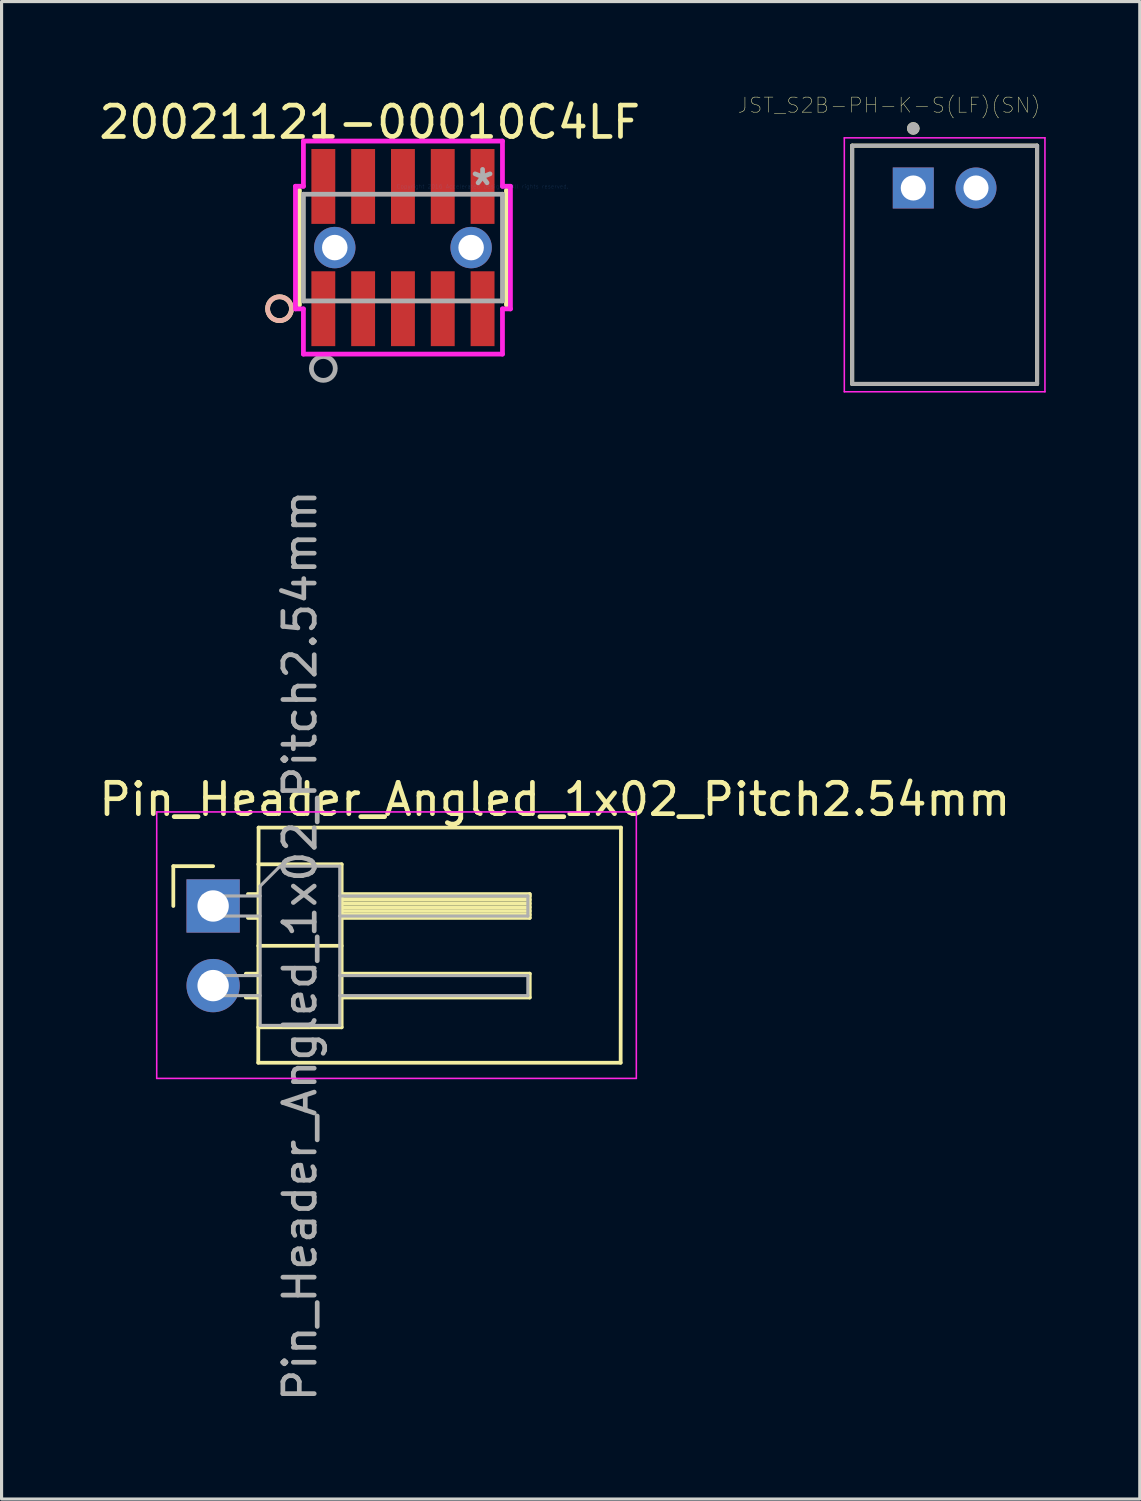
<source format=kicad_pcb>
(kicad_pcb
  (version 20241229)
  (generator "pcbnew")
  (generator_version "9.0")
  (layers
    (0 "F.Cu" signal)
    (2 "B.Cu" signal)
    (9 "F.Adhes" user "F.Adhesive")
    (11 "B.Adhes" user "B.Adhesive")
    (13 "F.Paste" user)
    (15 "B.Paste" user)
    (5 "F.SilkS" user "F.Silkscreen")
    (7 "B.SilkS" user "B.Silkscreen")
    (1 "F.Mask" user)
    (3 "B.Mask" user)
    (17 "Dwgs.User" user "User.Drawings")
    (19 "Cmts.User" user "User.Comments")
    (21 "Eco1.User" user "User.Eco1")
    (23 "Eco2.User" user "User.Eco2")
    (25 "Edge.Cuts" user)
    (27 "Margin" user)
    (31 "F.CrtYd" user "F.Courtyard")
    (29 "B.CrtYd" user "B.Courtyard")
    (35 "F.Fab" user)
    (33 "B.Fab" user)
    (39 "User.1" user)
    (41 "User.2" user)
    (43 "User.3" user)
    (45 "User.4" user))
  (footprint "JST_S2B-PH-K-S(LF)(SN)"
    (layer "F.Cu")
    (at 27.084 2.947)
    (property "Reference" "JST_S2B-PH-K-S(LF)(SN)" (at -1.776 -2.64 0) (layer "F.SilkS") (effects (font (size 0.48 0.48) (thickness 0.015))))
    (attr through_hole)
    (fp_line (start -2.95 -1.35) (end 2.95 -1.35) (stroke (width 0.127) (type solid)) (layer "F.SilkS"))
    (fp_line (start -2.95 6.25) (end -2.95 -1.35) (stroke (width 0.127) (type solid)) (layer "F.SilkS"))
    (fp_line (start 2.95 -1.35) (end 2.95 6.25) (stroke (width 0.127) (type solid)) (layer "F.SilkS"))
    (fp_line (start 2.95 6.25) (end -2.95 6.25) (stroke (width 0.127) (type solid)) (layer "F.SilkS"))
    (fp_circle (center -1 -1.9) (end -0.9 -1.9) (stroke (width 0.2) (type solid)) (fill no) (layer "F.SilkS"))
    (fp_line (start -3.2 -1.6) (end 3.2 -1.6) (stroke (width 0.05) (type solid)) (layer "F.CrtYd"))
    (fp_line (start -3.2 6.5) (end -3.2 -1.6) (stroke (width 0.05) (type solid)) (layer "F.CrtYd"))
    (fp_line (start 3.2 -1.6) (end 3.2 6.5) (stroke (width 0.05) (type solid)) (layer "F.CrtYd"))
    (fp_line (start 3.2 6.5) (end -3.2 6.5) (stroke (width 0.05) (type solid)) (layer "F.CrtYd"))
    (fp_line (start -2.95 -1.35) (end 2.95 -1.35) (stroke (width 0.127) (type solid)) (layer "F.Fab"))
    (fp_line (start -2.95 6.25) (end -2.95 -1.35) (stroke (width 0.127) (type solid)) (layer "F.Fab"))
    (fp_line (start 2.95 -1.35) (end 2.95 6.25) (stroke (width 0.127) (type solid)) (layer "F.Fab"))
    (fp_line (start 2.95 6.25) (end -2.95 6.25) (stroke (width 0.127) (type solid)) (layer "F.Fab"))
    (fp_circle (center -1 -1.9) (end -0.9 -1.9) (stroke (width 0.2) (type solid)) (fill no) (layer "F.Fab"))
    (pad "1" thru_hole rect (at -1 0) (size 1.308 1.308) (drill 0.8) (layers "*.Cu" "*.Mask"))
    (pad "2" thru_hole circle (at 1 0) (size 1.308 1.308) (drill 0.8) (layers "*.Cu" "*.Mask")))
  (footprint "20021121-00010C4LF"
    (layer "F.Cu")
    (at 12.344 2.898)
    (property "Reference" "20021121-00010C4LF" (at -3.6 -2.05 0) (layer "F.SilkS") (effects (font (size 1 1) (thickness 0.15))))
    (attr through_hole)
    (fp_line (start -5.842 0.121) (end -5.842 3.779) (stroke (width 0.152) (type solid)) (layer "F.SilkS"))
    (fp_line (start 0.762 3.779) (end 0.762 0.121) (stroke (width 0.152) (type solid)) (layer "F.SilkS"))
    (fp_circle (center -6.477 3.9) (end -6.096 3.9) (stroke (width 0.152) (type solid)) (fill no) (layer "F.SilkS"))
    (fp_circle (center -6.477 3.9) (end -6.096 3.9) (stroke (width 0.152) (type solid)) (fill no) (layer "B.SilkS"))
    (fp_line (start -5.969 -0.006) (end -5.969 3.906) (stroke (width 0.152) (type solid)) (layer "F.CrtYd"))
    (fp_line (start -5.969 3.906) (end -5.715 3.906) (stroke (width 0.152) (type solid)) (layer "F.CrtYd"))
    (fp_line (start -5.715 -1.448) (end -5.715 -0.006) (stroke (width 0.152) (type solid)) (layer "F.CrtYd"))
    (fp_line (start -5.715 -0.006) (end -5.969 -0.006) (stroke (width 0.152) (type solid)) (layer "F.CrtYd"))
    (fp_line (start -5.715 3.906) (end -5.715 5.348) (stroke (width 0.152) (type solid)) (layer "F.CrtYd"))
    (fp_line (start -5.715 5.348) (end 0.635 5.348) (stroke (width 0.152) (type solid)) (layer "F.CrtYd"))
    (fp_line (start 0.635 -1.448) (end -5.715 -1.448) (stroke (width 0.152) (type solid)) (layer "F.CrtYd"))
    (fp_line (start 0.635 -0.006) (end 0.635 -1.448) (stroke (width 0.152) (type solid)) (layer "F.CrtYd"))
    (fp_line (start 0.635 3.906) (end 0.889 3.906) (stroke (width 0.152) (type solid)) (layer "F.CrtYd"))
    (fp_line (start 0.635 5.348) (end 0.635 3.906) (stroke (width 0.152) (type solid)) (layer "F.CrtYd"))
    (fp_line (start 0.889 -0.006) (end 0.635 -0.006) (stroke (width 0.152) (type solid)) (layer "F.CrtYd"))
    (fp_line (start 0.889 3.906) (end 0.889 -0.006) (stroke (width 0.152) (type solid)) (layer "F.CrtYd"))
    (fp_line (start -5.715 0.248) (end -5.715 3.652) (stroke (width 0.152) (type solid)) (layer "F.Fab"))
    (fp_line (start -5.715 3.652) (end 0.635 3.652) (stroke (width 0.152) (type solid)) (layer "F.Fab"))
    (fp_line (start 0.635 0.248) (end -5.715 0.248) (stroke (width 0.152) (type solid)) (layer "F.Fab"))
    (fp_line (start 0.635 3.652) (end 0.635 0.248) (stroke (width 0.152) (type solid)) (layer "F.Fab"))
    (fp_circle (center -5.08 5.805) (end -4.699 5.805) (stroke (width 0.152) (type solid)) (fill no) (layer "F.Fab"))
    (fp_text user "Copyright 2016 Accelerated Designs. All rights reserved." (at 0 0 0) (layer "Cmts.User") (effects (font (size 0.127 0.127) (thickness 0.002))))
    (fp_text user "*" (at 0 0 0) (layer "F.Fab") (effects (font (size 1 1) (thickness 0.15))))
    (pad "1" smd rect (at -5.08 3.9) (size 0.762 2.388) (layers "F.Cu" "F.Mask" "F.Paste"))
    (pad "2" smd rect (at -5.08 -0.000001) (size 0.762 2.388) (layers "F.Cu" "F.Mask" "F.Paste"))
    (pad "3" smd rect (at -3.81 3.9) (size 0.762 2.388) (layers "F.Cu" "F.Mask" "F.Paste"))
    (pad "4" smd rect (at -3.81 -0.000001) (size 0.762 2.388) (layers "F.Cu" "F.Mask" "F.Paste"))
    (pad "5" smd rect (at -2.54 3.9) (size 0.762 2.388) (layers "F.Cu" "F.Mask" "F.Paste"))
    (pad "6" smd rect (at -2.54 -0.000001) (size 0.762 2.388) (layers "F.Cu" "F.Mask" "F.Paste"))
    (pad "7" smd rect (at -1.27 3.9) (size 0.762 2.388) (layers "F.Cu" "F.Mask" "F.Paste"))
    (pad "8" smd rect (at -1.27 -0.000001) (size 0.762 2.388) (layers "F.Cu" "F.Mask" "F.Paste"))
    (pad "9" smd rect (at 0 3.9) (size 0.762 2.388) (layers "F.Cu" "F.Mask" "F.Paste"))
    (pad "10" smd rect (at 0 -0.000001) (size 0.762 2.388) (layers "F.Cu" "F.Mask" "F.Paste"))
    (pad "11" thru_hole circle (at -4.715 1.95) (size 1.321 1.321) (drill 0.813) (layers "*.Cu" "*.Mask"))
    (pad "12" thru_hole circle (at -0.365 1.95) (size 1.321 1.321) (drill 0.813) (layers "*.Cu" "*.Mask")))
  (footprint "Pin_Header_Angled_1x02_Pitch2.54mm"
    (layer "F.Cu")
    (at 3.749 25.851)
    (property "Reference" "Pin_Header_Angled_1x02_Pitch2.54mm" (at 10.9 -3.4 0) (layer "F.SilkS") (effects (font (size 1 1) (thickness 0.15))))
    (attr through_hole)
    (fp_line (start -1.27 -1.27) (end 0 -1.27) (stroke (width 0.12) (type solid)) (layer "F.SilkS"))
    (fp_line (start -1.27 0) (end -1.27 -1.27) (stroke (width 0.12) (type solid)) (layer "F.SilkS"))
    (fp_line (start 1.043 2.16) (end 1.44 2.16) (stroke (width 0.12) (type solid)) (layer "F.SilkS"))
    (fp_line (start 1.043 2.92) (end 1.44 2.92) (stroke (width 0.12) (type solid)) (layer "F.SilkS"))
    (fp_line (start 1.11 -0.38) (end 1.44 -0.38) (stroke (width 0.12) (type solid)) (layer "F.SilkS"))
    (fp_line (start 1.11 0.38) (end 1.44 0.38) (stroke (width 0.12) (type solid)) (layer "F.SilkS"))
    (fp_line (start 1.44 1.27) (end 4.1 1.27) (stroke (width 0.12) (type solid)) (layer "F.SilkS"))
    (fp_line (start 1.44 3.87) (end 4.1 3.87) (stroke (width 0.12) (type solid)) (layer "F.SilkS"))
    (fp_line (start 1.44 5) (end 13 5) (stroke (width 0.12) (type solid)) (layer "F.SilkS"))
    (fp_line (start 1.45 -2.5) (end 1.44 5) (stroke (width 0.12) (type solid)) (layer "F.SilkS"))
    (fp_line (start 1.45 -2.5) (end 13.01 -2.5) (stroke (width 0.12) (type solid)) (layer "F.SilkS"))
    (fp_line (start 4.1 -1.33) (end 1.44 -1.33) (stroke (width 0.12) (type solid)) (layer "F.SilkS"))
    (fp_line (start 4.1 -0.38) (end 10.1 -0.38) (stroke (width 0.12) (type solid)) (layer "F.SilkS"))
    (fp_line (start 4.1 -0.32) (end 10.1 -0.32) (stroke (width 0.12) (type solid)) (layer "F.SilkS"))
    (fp_line (start 4.1 -0.2) (end 10.1 -0.2) (stroke (width 0.12) (type solid)) (layer "F.SilkS"))
    (fp_line (start 4.1 -0.08) (end 10.1 -0.08) (stroke (width 0.12) (type solid)) (layer "F.SilkS"))
    (fp_line (start 4.1 0.04) (end 10.1 0.04) (stroke (width 0.12) (type solid)) (layer "F.SilkS"))
    (fp_line (start 4.1 0.16) (end 10.1 0.16) (stroke (width 0.12) (type solid)) (layer "F.SilkS"))
    (fp_line (start 4.1 0.28) (end 10.1 0.28) (stroke (width 0.12) (type solid)) (layer "F.SilkS"))
    (fp_line (start 4.1 2.16) (end 10.1 2.16) (stroke (width 0.12) (type solid)) (layer "F.SilkS"))
    (fp_line (start 4.1 3.87) (end 4.1 -1.33) (stroke (width 0.12) (type solid)) (layer "F.SilkS"))
    (fp_line (start 10.1 -0.38) (end 10.1 0.38) (stroke (width 0.12) (type solid)) (layer "F.SilkS"))
    (fp_line (start 10.1 0.38) (end 4.1 0.38) (stroke (width 0.12) (type solid)) (layer "F.SilkS"))
    (fp_line (start 10.1 2.16) (end 10.1 2.92) (stroke (width 0.12) (type solid)) (layer "F.SilkS"))
    (fp_line (start 10.1 2.92) (end 4.1 2.92) (stroke (width 0.12) (type solid)) (layer "F.SilkS"))
    (fp_line (start 13.01 -2.5) (end 13 5) (stroke (width 0.12) (type solid)) (layer "F.SilkS"))
    (fp_line (start -1.8 -3) (end -1.8 5.5) (stroke (width 0.05) (type solid)) (layer "F.CrtYd"))
    (fp_line (start 13.5 -3) (end -1.8 -3) (stroke (width 0.05) (type solid)) (layer "F.CrtYd"))
    (fp_line (start 13.5 5.5) (end -1.8 5.5) (stroke (width 0.05) (type solid)) (layer "F.CrtYd"))
    (fp_line (start 13.5 5.5) (end 13.5 -3) (stroke (width 0.05) (type solid)) (layer "F.CrtYd"))
    (fp_line (start -0.32 -0.32) (end -0.32 0.32) (stroke (width 0.1) (type solid)) (layer "F.Fab"))
    (fp_line (start -0.32 -0.32) (end 1.5 -0.32) (stroke (width 0.1) (type solid)) (layer "F.Fab"))
    (fp_line (start -0.32 0.32) (end 1.5 0.32) (stroke (width 0.1) (type solid)) (layer "F.Fab"))
    (fp_line (start -0.32 2.22) (end -0.32 2.86) (stroke (width 0.1) (type solid)) (layer "F.Fab"))
    (fp_line (start -0.32 2.22) (end 1.5 2.22) (stroke (width 0.1) (type solid)) (layer "F.Fab"))
    (fp_line (start -0.32 2.86) (end 1.5 2.86) (stroke (width 0.1) (type solid)) (layer "F.Fab"))
    (fp_line (start 1.5 -0.635) (end 2.135 -1.27) (stroke (width 0.1) (type solid)) (layer "F.Fab"))
    (fp_line (start 1.5 3.81) (end 1.5 -0.635) (stroke (width 0.1) (type solid)) (layer "F.Fab"))
    (fp_line (start 2.135 -1.27) (end 4.04 -1.27) (stroke (width 0.1) (type solid)) (layer "F.Fab"))
    (fp_line (start 4.04 -1.27) (end 4.04 3.81) (stroke (width 0.1) (type solid)) (layer "F.Fab"))
    (fp_line (start 4.04 -0.32) (end 10.04 -0.32) (stroke (width 0.1) (type solid)) (layer "F.Fab"))
    (fp_line (start 4.04 0.32) (end 10.04 0.32) (stroke (width 0.1) (type solid)) (layer "F.Fab"))
    (fp_line (start 4.04 2.22) (end 10.04 2.22) (stroke (width 0.1) (type solid)) (layer "F.Fab"))
    (fp_line (start 4.04 2.86) (end 10.04 2.86) (stroke (width 0.1) (type solid)) (layer "F.Fab"))
    (fp_line (start 4.04 3.81) (end 1.5 3.81) (stroke (width 0.1) (type solid)) (layer "F.Fab"))
    (fp_line (start 10.04 -0.32) (end 10.04 0.32) (stroke (width 0.1) (type solid)) (layer "F.Fab"))
    (fp_line (start 10.04 2.22) (end 10.04 2.86) (stroke (width 0.1) (type solid)) (layer "F.Fab"))
    (fp_text user "${REFERENCE}" (at 2.77 1.27 90) (layer "F.Fab") (effects (font (size 1 1) (thickness 0.15))))
    (pad "1" thru_hole rect (at 0 0) (size 1.7 1.7) (drill 1) (layers "*.Cu" "*.Mask"))
    (pad "2" thru_hole oval (at 0 2.54) (size 1.7 1.7) (drill 1) (layers "*.Cu" "*.Mask")))
  (gr_rect
    (start -3 -3)
    (end 33.309 44.77)
    (stroke (width 0.1) (type default))
    (fill no)
    (layer "Edge.Cuts")))
</source>
